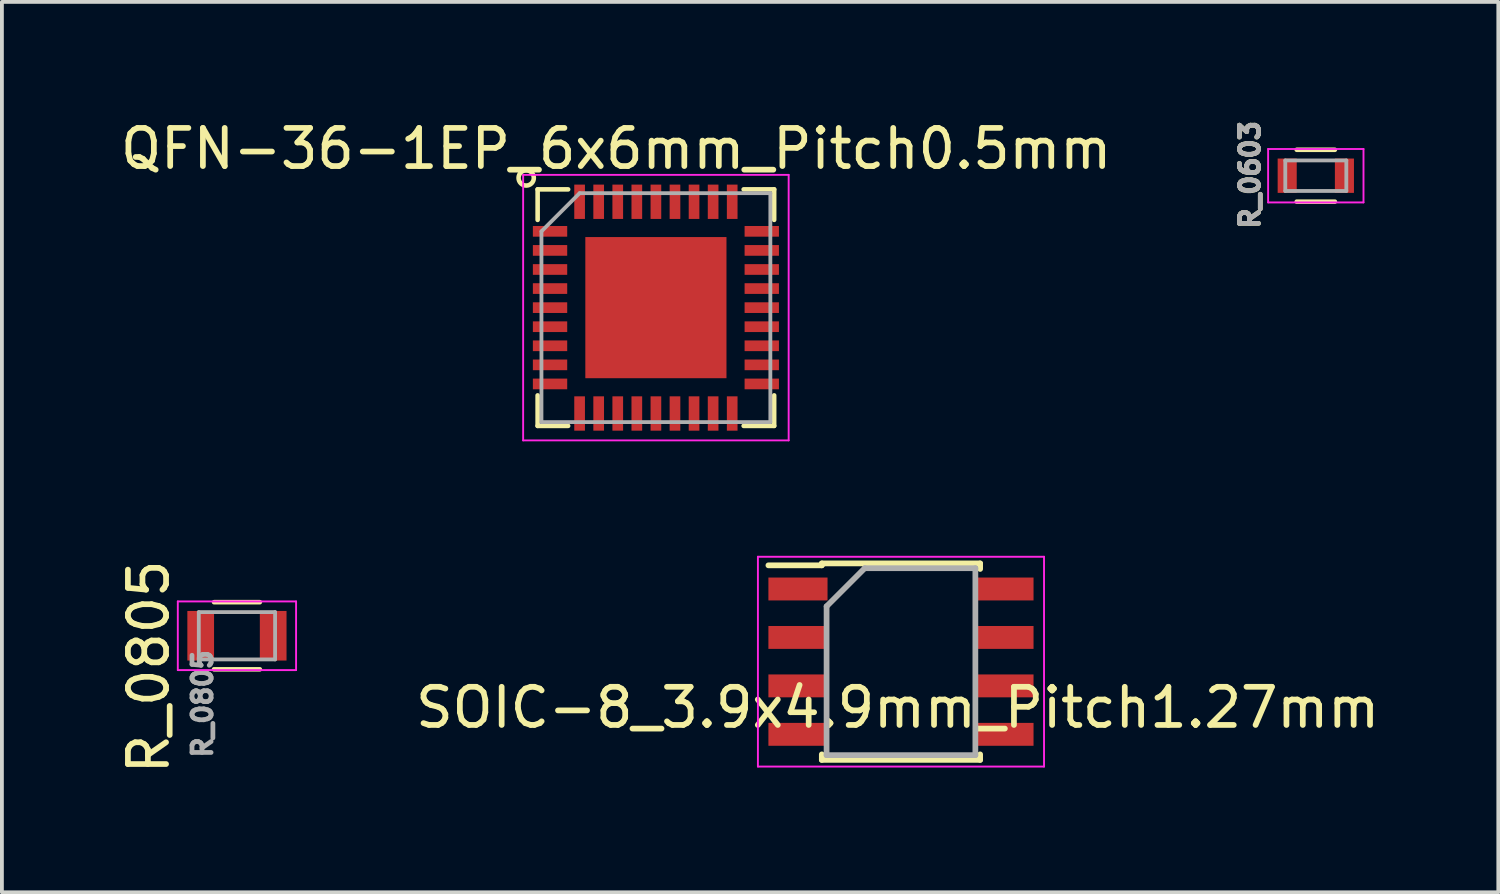
<source format=kicad_pcb>
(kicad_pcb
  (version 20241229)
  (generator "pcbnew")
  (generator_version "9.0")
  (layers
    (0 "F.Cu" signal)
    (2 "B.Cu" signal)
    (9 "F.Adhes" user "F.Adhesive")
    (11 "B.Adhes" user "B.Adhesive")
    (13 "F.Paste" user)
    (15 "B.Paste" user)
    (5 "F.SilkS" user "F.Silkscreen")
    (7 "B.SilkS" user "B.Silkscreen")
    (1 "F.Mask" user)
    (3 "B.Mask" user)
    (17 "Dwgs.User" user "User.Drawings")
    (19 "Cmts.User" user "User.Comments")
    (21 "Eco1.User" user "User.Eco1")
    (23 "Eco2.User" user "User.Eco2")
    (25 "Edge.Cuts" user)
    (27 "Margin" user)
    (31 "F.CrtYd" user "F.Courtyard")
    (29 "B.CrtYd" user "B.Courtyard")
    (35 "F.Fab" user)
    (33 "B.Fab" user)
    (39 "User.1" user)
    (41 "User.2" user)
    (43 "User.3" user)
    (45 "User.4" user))
  (footprint "SOIC-8_3.9x4.9mm_Pitch1.27mm"
    (layer "F.Cu")
    (at 20.567 14.294)
    (property "Reference" "SOIC-8_3.9x4.9mm_Pitch1.27mm" (at -0.086 1.204 0) (layer "F.SilkS") (effects (font (size 1 1) (thickness 0.15))))
    (attr smd)
    (fp_line (start -2.075 -2.575) (end -2.075 -2.525) (stroke (width 0.15) (type solid)) (layer "F.SilkS"))
    (fp_line (start -2.075 -2.575) (end 2.075 -2.575) (stroke (width 0.15) (type solid)) (layer "F.SilkS"))
    (fp_line (start -2.075 -2.525) (end -3.475 -2.525) (stroke (width 0.15) (type solid)) (layer "F.SilkS"))
    (fp_line (start -2.075 2.575) (end -2.075 2.43) (stroke (width 0.15) (type solid)) (layer "F.SilkS"))
    (fp_line (start -2.075 2.575) (end 2.075 2.575) (stroke (width 0.15) (type solid)) (layer "F.SilkS"))
    (fp_line (start 2.075 -2.575) (end 2.075 -2.43) (stroke (width 0.15) (type solid)) (layer "F.SilkS"))
    (fp_line (start 2.075 2.575) (end 2.075 2.43) (stroke (width 0.15) (type solid)) (layer "F.SilkS"))
    (fp_line (start -3.75 -2.75) (end -3.75 2.75) (stroke (width 0.05) (type solid)) (layer "F.CrtYd"))
    (fp_line (start -3.75 -2.75) (end 3.75 -2.75) (stroke (width 0.05) (type solid)) (layer "F.CrtYd"))
    (fp_line (start -3.75 2.75) (end 3.75 2.75) (stroke (width 0.05) (type solid)) (layer "F.CrtYd"))
    (fp_line (start 3.75 -2.75) (end 3.75 2.75) (stroke (width 0.05) (type solid)) (layer "F.CrtYd"))
    (fp_line (start -1.95 -1.45) (end -0.95 -2.45) (stroke (width 0.15) (type solid)) (layer "F.Fab"))
    (fp_line (start -1.95 2.45) (end -1.95 -1.45) (stroke (width 0.15) (type solid)) (layer "F.Fab"))
    (fp_line (start -0.95 -2.45) (end 1.95 -2.45) (stroke (width 0.15) (type solid)) (layer "F.Fab"))
    (fp_line (start 1.95 -2.45) (end 1.95 2.45) (stroke (width 0.15) (type solid)) (layer "F.Fab"))
    (fp_line (start 1.95 2.45) (end -1.95 2.45) (stroke (width 0.15) (type solid)) (layer "F.Fab"))
    (pad "1" smd rect (at -2.7 -1.905) (size 1.55 0.6) (layers "F.Cu" "F.Mask" "F.Paste"))
    (pad "2" smd rect (at -2.7 -0.635) (size 1.55 0.6) (layers "F.Cu" "F.Mask" "F.Paste"))
    (pad "3" smd rect (at -2.7 0.635) (size 1.55 0.6) (layers "F.Cu" "F.Mask" "F.Paste"))
    (pad "4" smd rect (at -2.7 1.905) (size 1.55 0.6) (layers "F.Cu" "F.Mask" "F.Paste"))
    (pad "5" smd rect (at 2.7 1.905) (size 1.55 0.6) (layers "F.Cu" "F.Mask" "F.Paste"))
    (pad "6" smd rect (at 2.7 0.635) (size 1.55 0.6) (layers "F.Cu" "F.Mask" "F.Paste"))
    (pad "7" smd rect (at 2.7 -0.635) (size 1.55 0.6) (layers "F.Cu" "F.Mask" "F.Paste"))
    (pad "8" smd rect (at 2.7 -1.905) (size 1.55 0.6) (layers "F.Cu" "F.Mask" "F.Paste")))
  (footprint "QFN-36-1EP_6x6mm_Pitch0.5mm"
    (layer "F.Cu")
    (at 14.143 5.014)
    (property "Reference" "QFN-36-1EP_6x6mm_Pitch0.5mm" (at -1.041 -4.166 0) (layer "F.SilkS") (effects (font (size 1 1) (thickness 0.15))))
    (attr smd)
    (fp_line (start -3.1 -3.1) (end -3.1 -2.3) (stroke (width 0.12) (type solid)) (layer "F.SilkS"))
    (fp_line (start -3.1 3.1) (end -3.1 2.3) (stroke (width 0.12) (type solid)) (layer "F.SilkS"))
    (fp_line (start -3.1 3.1) (end -2.3 3.1) (stroke (width 0.12) (type solid)) (layer "F.SilkS"))
    (fp_line (start -2.3 -3.1) (end -3.1 -3.1) (stroke (width 0.12) (type solid)) (layer "F.SilkS"))
    (fp_line (start 3.1 -3.1) (end 2.3 -3.1) (stroke (width 0.12) (type solid)) (layer "F.SilkS"))
    (fp_line (start 3.1 -3.1) (end 3.1 -2.3) (stroke (width 0.12) (type solid)) (layer "F.SilkS"))
    (fp_line (start 3.1 3.1) (end 2.3 3.1) (stroke (width 0.12) (type solid)) (layer "F.SilkS"))
    (fp_line (start 3.1 3.1) (end 3.1 2.3) (stroke (width 0.12) (type solid)) (layer "F.SilkS"))
    (fp_circle (center -3.4 -3.4) (end -3.2 -3.4) (stroke (width 0.12) (type solid)) (fill no) (layer "F.SilkS"))
    (fp_line (start -3.48 -3.48) (end -3.48 3.48) (stroke (width 0.05) (type solid)) (layer "F.CrtYd"))
    (fp_line (start -3.48 -3.48) (end 3.48 -3.48) (stroke (width 0.05) (type solid)) (layer "F.CrtYd"))
    (fp_line (start -3.48 3.48) (end 3.48 3.48) (stroke (width 0.05) (type solid)) (layer "F.CrtYd"))
    (fp_line (start 3.48 -3.48) (end 3.48 3.48) (stroke (width 0.05) (type solid)) (layer "F.CrtYd"))
    (fp_line (start -3 -2) (end -2 -3) (stroke (width 0.1) (type solid)) (layer "F.Fab"))
    (fp_line (start -3 3) (end -3 -2) (stroke (width 0.1) (type solid)) (layer "F.Fab"))
    (fp_line (start -2 -3) (end 3 -3) (stroke (width 0.1) (type solid)) (layer "F.Fab"))
    (fp_line (start 3 -3) (end 3 3) (stroke (width 0.1) (type solid)) (layer "F.Fab"))
    (fp_line (start 3 3) (end -3 3) (stroke (width 0.1) (type solid)) (layer "F.Fab"))
    (pad "1" smd rect (at -2.775 -2) (size 0.9 0.28) (layers "F.Cu" "F.Mask" "F.Paste"))
    (pad "2" smd rect (at -2.775 -1.5) (size 0.9 0.28) (layers "F.Cu" "F.Mask" "F.Paste"))
    (pad "3" smd rect (at -2.775 -1) (size 0.9 0.28) (layers "F.Cu" "F.Mask" "F.Paste"))
    (pad "4" smd rect (at -2.775 -0.5) (size 0.9 0.28) (layers "F.Cu" "F.Mask" "F.Paste"))
    (pad "5" smd rect (at -2.775 0) (size 0.9 0.28) (layers "F.Cu" "F.Mask" "F.Paste"))
    (pad "6" smd rect (at -2.775 0.5) (size 0.9 0.28) (layers "F.Cu" "F.Mask" "F.Paste"))
    (pad "7" smd rect (at -2.775 1) (size 0.9 0.28) (layers "F.Cu" "F.Mask" "F.Paste"))
    (pad "8" smd rect (at -2.775 1.5) (size 0.9 0.28) (layers "F.Cu" "F.Mask" "F.Paste"))
    (pad "9" smd rect (at -2.775 2) (size 0.9 0.28) (layers "F.Cu" "F.Mask" "F.Paste"))
    (pad "10" smd rect (at -2 2.775 90) (size 0.9 0.28) (layers "F.Cu" "F.Mask" "F.Paste"))
    (pad "11" smd rect (at -1.5 2.775 90) (size 0.9 0.28) (layers "F.Cu" "F.Mask" "F.Paste"))
    (pad "12" smd rect (at -1 2.775 90) (size 0.9 0.28) (layers "F.Cu" "F.Mask" "F.Paste"))
    (pad "13" smd rect (at -0.5 2.775 90) (size 0.9 0.28) (layers "F.Cu" "F.Mask" "F.Paste"))
    (pad "14" smd rect (at 0 2.775 90) (size 0.9 0.28) (layers "F.Cu" "F.Mask" "F.Paste"))
    (pad "15" smd rect (at 0.5 2.775 90) (size 0.9 0.28) (layers "F.Cu" "F.Mask" "F.Paste"))
    (pad "16" smd rect (at 1 2.775 90) (size 0.9 0.28) (layers "F.Cu" "F.Mask" "F.Paste"))
    (pad "17" smd rect (at 1.5 2.775 90) (size 0.9 0.28) (layers "F.Cu" "F.Mask" "F.Paste"))
    (pad "18" smd rect (at 2 2.775 90) (size 0.9 0.28) (layers "F.Cu" "F.Mask" "F.Paste"))
    (pad "19" smd rect (at 2.775 2) (size 0.9 0.28) (layers "F.Cu" "F.Mask" "F.Paste"))
    (pad "20" smd rect (at 2.775 1.5) (size 0.9 0.28) (layers "F.Cu" "F.Mask" "F.Paste"))
    (pad "21" smd rect (at 2.775 1) (size 0.9 0.28) (layers "F.Cu" "F.Mask" "F.Paste"))
    (pad "22" smd rect (at 2.775 0.5) (size 0.9 0.28) (layers "F.Cu" "F.Mask" "F.Paste"))
    (pad "23" smd rect (at 2.775 0) (size 0.9 0.28) (layers "F.Cu" "F.Mask" "F.Paste"))
    (pad "24" smd rect (at 2.775 -0.5) (size 0.9 0.28) (layers "F.Cu" "F.Mask" "F.Paste"))
    (pad "25" smd rect (at 2.775 -1) (size 0.9 0.28) (layers "F.Cu" "F.Mask" "F.Paste"))
    (pad "26" smd rect (at 2.775 -1.5) (size 0.9 0.28) (layers "F.Cu" "F.Mask" "F.Paste"))
    (pad "27" smd rect (at 2.775 -2) (size 0.9 0.28) (layers "F.Cu" "F.Mask" "F.Paste"))
    (pad "28" smd rect (at 2 -2.775 90) (size 0.9 0.28) (layers "F.Cu" "F.Mask" "F.Paste"))
    (pad "29" smd rect (at 1.5 -2.775 90) (size 0.9 0.28) (layers "F.Cu" "F.Mask" "F.Paste"))
    (pad "30" smd rect (at 1 -2.775 90) (size 0.9 0.28) (layers "F.Cu" "F.Mask" "F.Paste"))
    (pad "31" smd rect (at 0.5 -2.775 90) (size 0.9 0.28) (layers "F.Cu" "F.Mask" "F.Paste"))
    (pad "32" smd rect (at 0 -2.775 90) (size 0.9 0.28) (layers "F.Cu" "F.Mask" "F.Paste"))
    (pad "33" smd rect (at -0.5 -2.775 90) (size 0.9 0.28) (layers "F.Cu" "F.Mask" "F.Paste"))
    (pad "34" smd rect (at -1 -2.775 90) (size 0.9 0.28) (layers "F.Cu" "F.Mask" "F.Paste"))
    (pad "35" smd rect (at -1.5 -2.775 90) (size 0.9 0.28) (layers "F.Cu" "F.Mask" "F.Paste"))
    (pad "36" smd rect (at -2 -2.775 90) (size 0.9 0.28) (layers "F.Cu" "F.Mask" "F.Paste"))
    (pad "37" smd rect (at 0 0) (size 3.7 3.7) (layers "F.Cu" "F.Mask" "F.Paste")))
  (footprint "R_0805"
    (layer "F.Cu")
    (at 3.161 13.615)
    (property "Reference" "R_0805" (at -2.313 0.815 90) (layer "F.SilkS") (effects (font (size 1 1) (thickness 0.15))))
    (attr smd)
    (fp_line (start -0.6 -0.88) (end 0.6 -0.88) (stroke (width 0.12) (type solid)) (layer "F.SilkS"))
    (fp_line (start 0.6 0.88) (end -0.6 0.88) (stroke (width 0.12) (type solid)) (layer "F.SilkS"))
    (fp_line (start -1.55 -0.9) (end -1.55 0.9) (stroke (width 0.05) (type solid)) (layer "F.CrtYd"))
    (fp_line (start -1.55 -0.9) (end 1.55 -0.9) (stroke (width 0.05) (type solid)) (layer "F.CrtYd"))
    (fp_line (start 1.55 0.9) (end -1.55 0.9) (stroke (width 0.05) (type solid)) (layer "F.CrtYd"))
    (fp_line (start 1.55 0.9) (end 1.55 -0.9) (stroke (width 0.05) (type solid)) (layer "F.CrtYd"))
    (fp_line (start -1 -0.62) (end 1 -0.62) (stroke (width 0.1) (type solid)) (layer "F.Fab"))
    (fp_line (start -1 0.62) (end -1 -0.62) (stroke (width 0.1) (type solid)) (layer "F.Fab"))
    (fp_line (start 1 -0.62) (end 1 0.62) (stroke (width 0.1) (type solid)) (layer "F.Fab"))
    (fp_line (start 1 0.62) (end -1 0.62) (stroke (width 0.1) (type solid)) (layer "F.Fab"))
    (fp_text user "${REFERENCE}" (at -0.903 1.785 90) (layer "F.Fab") (effects (font (size 0.5 0.5) (thickness 0.125))))
    (pad "1" smd rect (at -0.95 0) (size 0.7 1.3) (layers "F.Cu" "F.Mask" "F.Paste"))
    (pad "2" smd rect (at 0.95 0) (size 0.7 1.3) (layers "F.Cu" "F.Mask" "F.Paste")))
  (footprint "R_0603"
    (layer "F.Cu")
    (at 31.441 1.556)
    (property "Reference" "R_0603" (at -1.727 -0.025 90) (layer "F.SilkS") (effects (font (size 0.5 0.5) (thickness 0.125))))
    (attr smd)
    (fp_line (start -0.5 -0.68) (end 0.5 -0.68) (stroke (width 0.12) (type solid)) (layer "F.SilkS"))
    (fp_line (start 0.5 0.68) (end -0.5 0.68) (stroke (width 0.12) (type solid)) (layer "F.SilkS"))
    (fp_line (start -1.25 -0.7) (end -1.25 0.7) (stroke (width 0.05) (type solid)) (layer "F.CrtYd"))
    (fp_line (start -1.25 -0.7) (end 1.25 -0.7) (stroke (width 0.05) (type solid)) (layer "F.CrtYd"))
    (fp_line (start 1.25 0.7) (end -1.25 0.7) (stroke (width 0.05) (type solid)) (layer "F.CrtYd"))
    (fp_line (start 1.25 0.7) (end 1.25 -0.7) (stroke (width 0.05) (type solid)) (layer "F.CrtYd"))
    (fp_line (start -0.8 -0.4) (end 0.8 -0.4) (stroke (width 0.1) (type solid)) (layer "F.Fab"))
    (fp_line (start -0.8 0.4) (end -0.8 -0.4) (stroke (width 0.1) (type solid)) (layer "F.Fab"))
    (fp_line (start 0.8 -0.4) (end 0.8 0.4) (stroke (width 0.1) (type solid)) (layer "F.Fab"))
    (fp_line (start 0.8 0.4) (end -0.8 0.4) (stroke (width 0.1) (type solid)) (layer "F.Fab"))
    (fp_text user "${REFERENCE}" (at -1.727 -0.025 90) (layer "F.Fab") (effects (font (size 0.5 0.5) (thickness 0.125))))
    (pad "1" smd rect (at -0.75 0) (size 0.5 0.9) (layers "F.Cu" "F.Mask" "F.Paste"))
    (pad "2" smd rect (at 0.75 0) (size 0.5 0.9) (layers "F.Cu" "F.Mask" "F.Paste")))
  (gr_rect
    (start -3 -3)
    (end 36.225 20.34)
    (stroke (width 0.1) (type default))
    (fill no)
    (layer "Edge.Cuts")))
</source>
